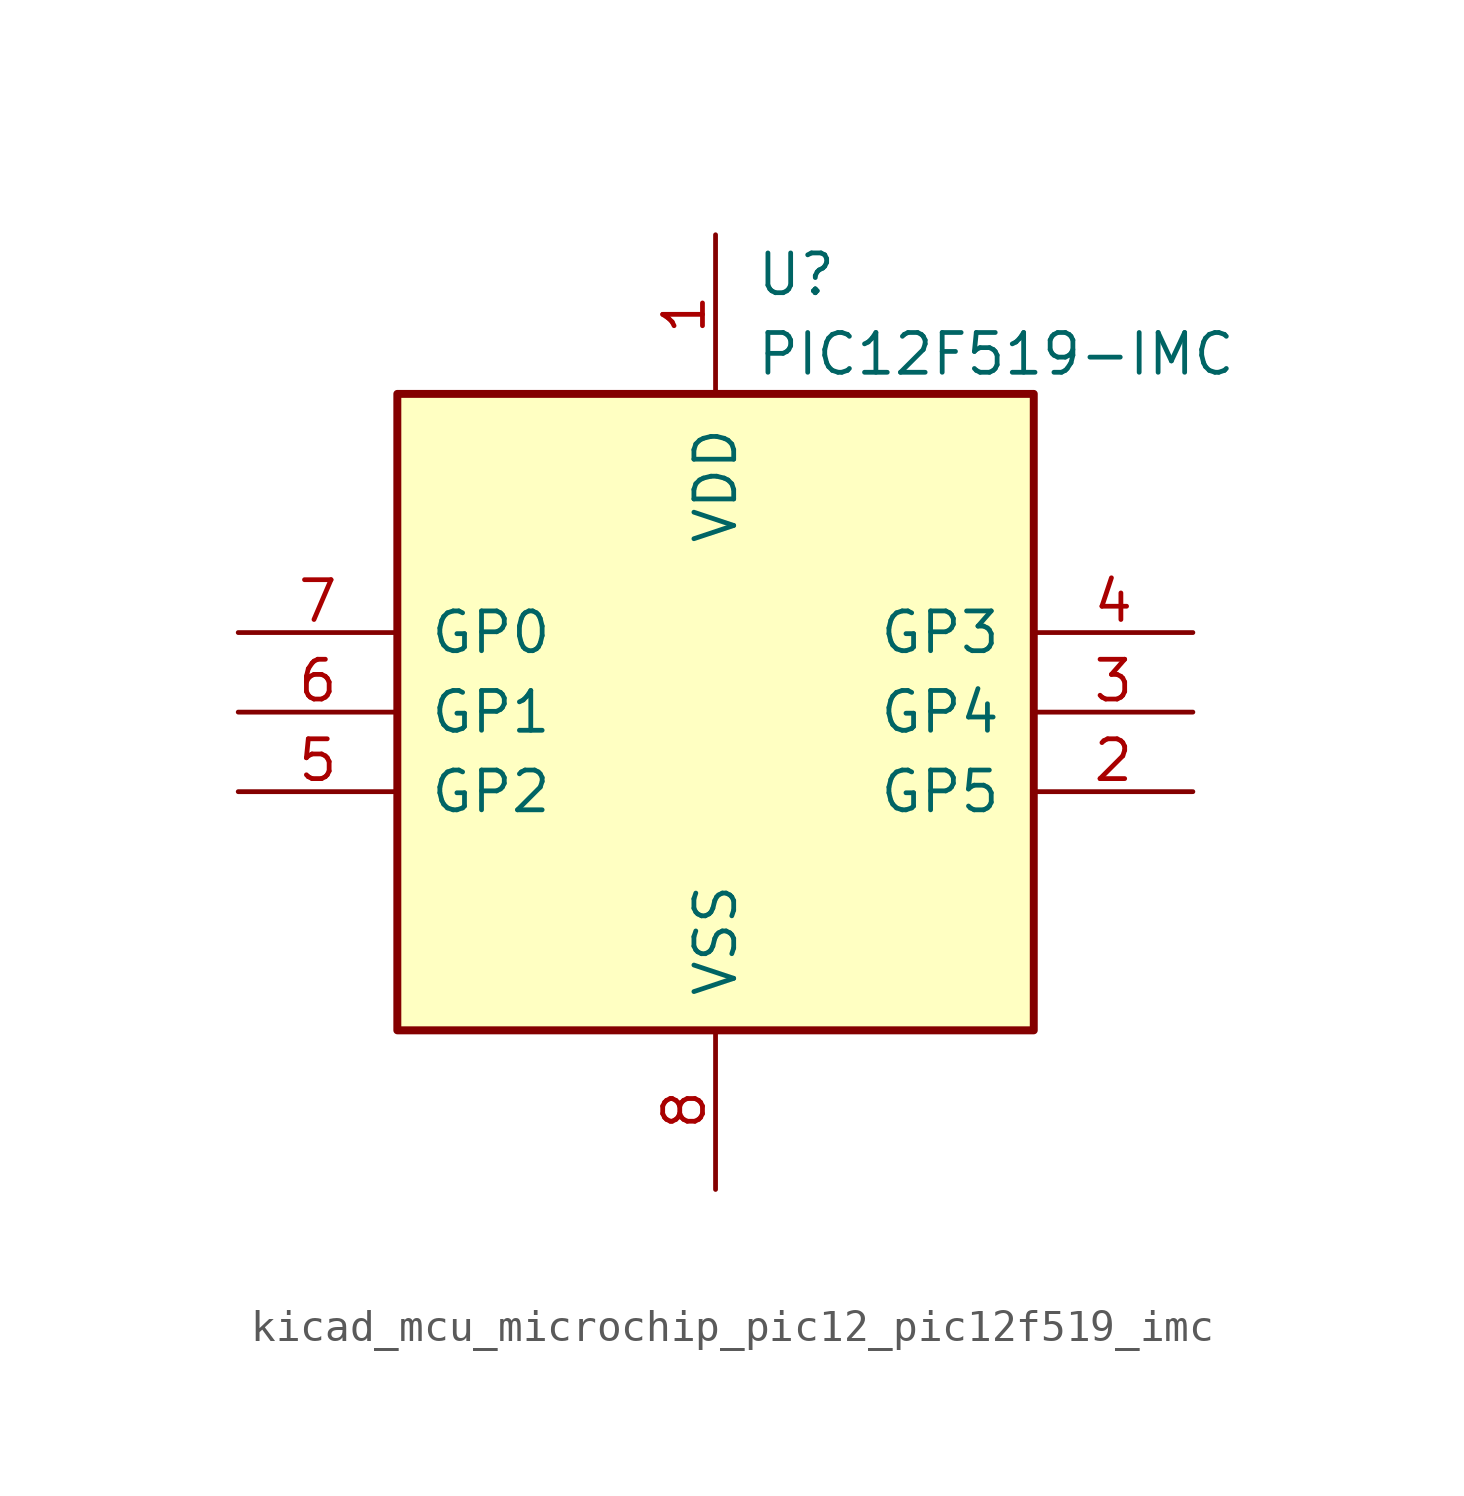
<source format=kicad_sym>
(kicad_symbol_lib
  (version 20220914)
  (generator kicad_symbol_editor)
  (symbol "kicad_mcu_microchip_pic12_pic12f519_imc"
    (pin_names
      (offset 1.016))
    (property "Reference" "U"
      (at 1.27 13.97 0)
      (effects (font (size 1.27 1.27)) (justify left)))
    (property "Value" "PIC12F519-IMC"
      (at 1.27 11.43 0)
      (effects (font (size 1.27 1.27)) (justify left)))
    (symbol "kicad_mcu_microchip_pic12_pic12f519_imc_0_1"
      (rectangle (start 10.16 -10.16) (end -10.16 10.16) (stroke (width 0.254) (type default)) (fill (type background))))
    (symbol "kicad_mcu_microchip_pic12_pic12f519_imc_1_1"
      (pin power_in line (at 0 15.24 270) (length 5.08) (name "VDD" (effects (font (size 1.27 1.27)))) (number "1" (effects (font (size 1.27 1.27)))))
      (pin bidirectional line (at 15.24 -2.54 180) (length 5.08) (name "GP5" (effects (font (size 1.27 1.27)))) (number "2" (effects (font (size 1.27 1.27)))))
      (pin bidirectional line (at 15.24 0 180) (length 5.08) (name "GP4" (effects (font (size 1.27 1.27)))) (number "3" (effects (font (size 1.27 1.27)))))
      (pin input line (at 15.24 2.54 180) (length 5.08) (name "GP3" (effects (font (size 1.27 1.27)))) (number "4" (effects (font (size 1.27 1.27)))))
      (pin bidirectional line (at -15.24 -2.54 0) (length 5.08) (name "GP2" (effects (font (size 1.27 1.27)))) (number "5" (effects (font (size 1.27 1.27)))))
      (pin bidirectional line (at -15.24 0 0) (length 5.08) (name "GP1" (effects (font (size 1.27 1.27)))) (number "6" (effects (font (size 1.27 1.27)))))
      (pin bidirectional line (at -15.24 2.54 0) (length 5.08) (name "GP0" (effects (font (size 1.27 1.27)))) (number "7" (effects (font (size 1.27 1.27)))))
      (pin power_in line (at 0 -15.24 90) (length 5.08) (name "VSS" (effects (font (size 1.27 1.27)))) (number "8" (effects (font (size 1.27 1.27))))))))
</source>
